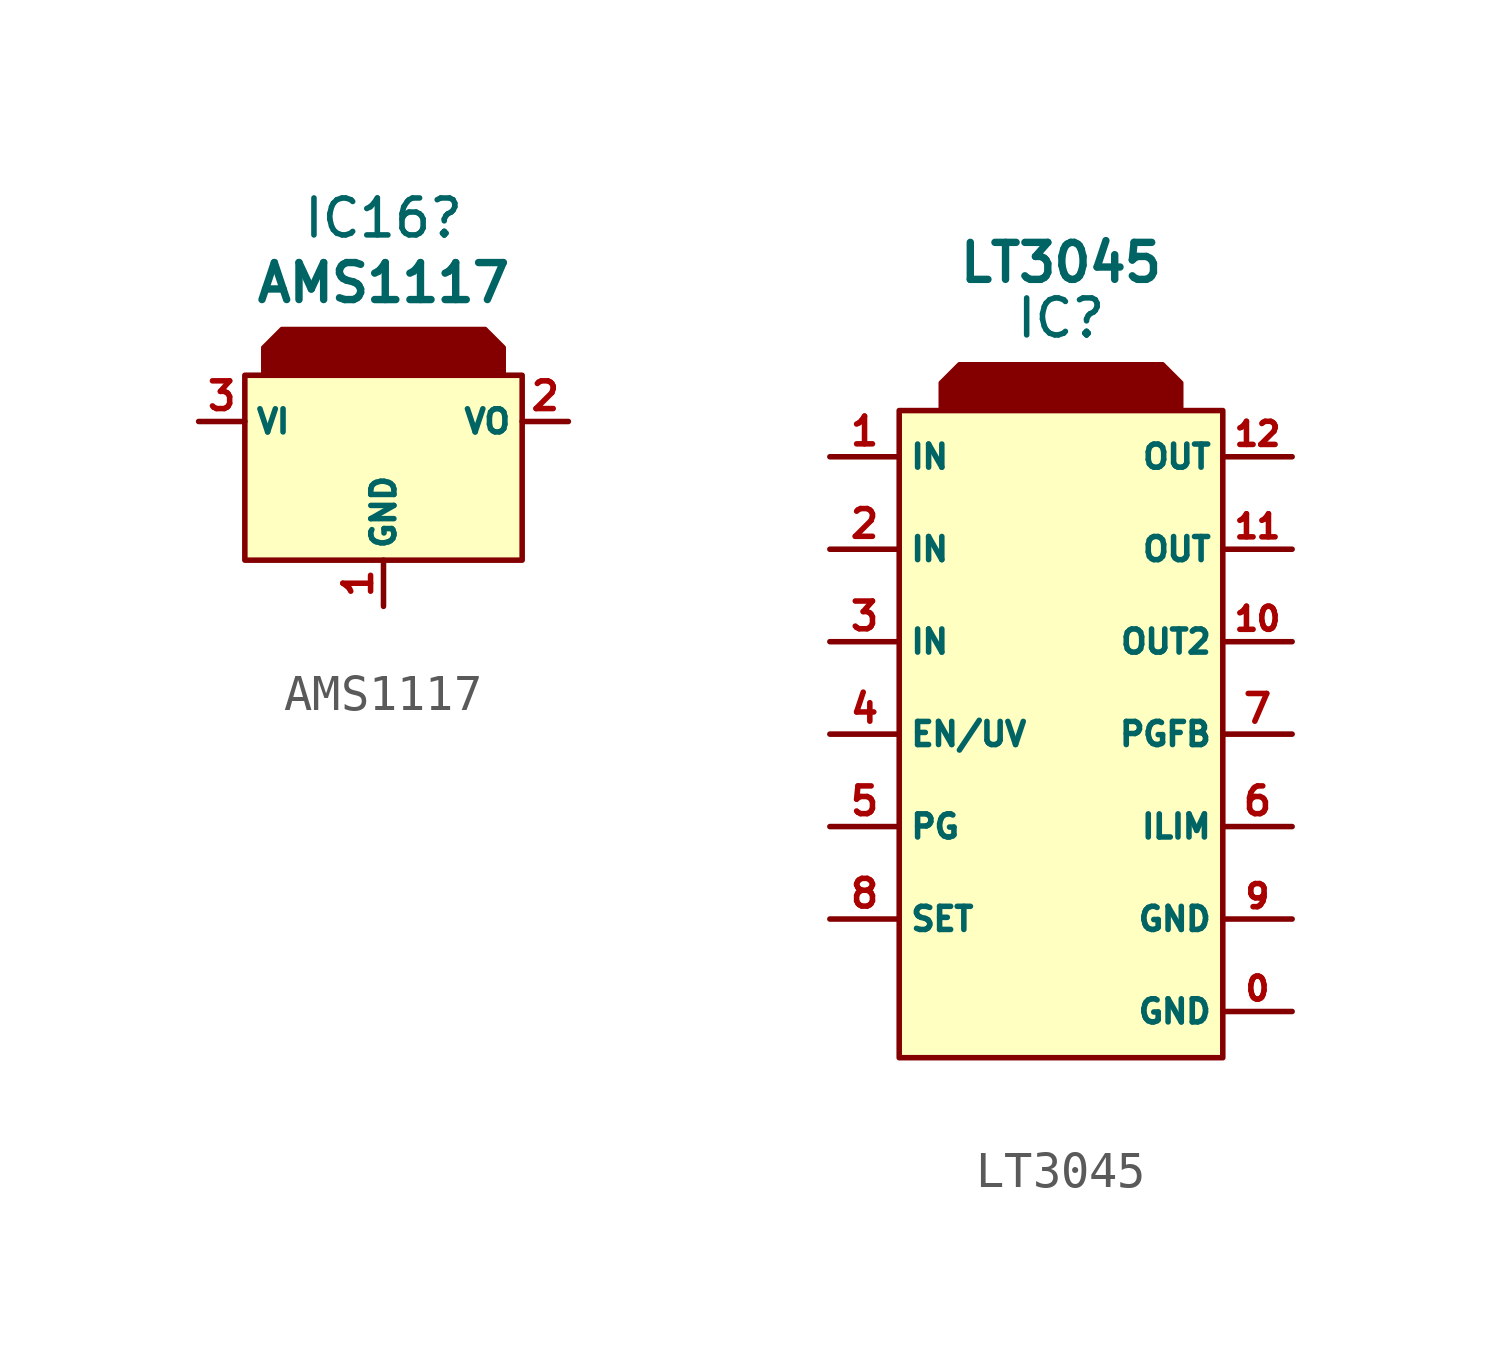
<source format=kicad_sym>
(kicad_symbol_lib
  (version 20231120)
  (generator "kicad_symbol_editor")
  (generator_version "8.0")
  (symbol "AMS1117"
    (pin_names
      (offset 0.254))
    (property "Reference" "IC16"
      (at 0 6.858 0)
      (effects (font (size 1.016 1.016))))
    (property "Value" "AMS1117"
      (at 0 5.08 0)
      (effects (font (size 1.016 1.016) (bold yes))))
    (symbol "AMS1117_0_1"
      (rectangle (start -3.81 2.54) (end 3.81 -2.54) (stroke (width 0) (type solid)) (fill (type background)))
      (polyline (pts (xy 3.302 2.54) (xy 3.302 3.302) (xy 2.794 3.81) (xy -2.794 3.81) (xy -3.302 3.302) (xy -3.302 2.54)) (stroke (width 0.127) (type solid)) (fill (type outline))))
    (symbol "AMS1117_1_1"
      (pin power_in line (at 0 -3.81 90) (length 1.27) (name "GND" (effects (font (size 0.635 0.635)))) (number "1" (effects (font (size 0.762 0.762)))))
      (pin power_out line (at 5.08 1.27 180) (length 1.27) (name "VO" (effects (font (size 0.635 0.635)))) (number "2" (effects (font (size 0.762 0.762)))))
      (pin power_in line (at -5.08 1.27 0) (length 1.27) (name "VI" (effects (font (size 0.635 0.635)))) (number "3" (effects (font (size 0.762 0.762)))))))
  (symbol "LT3045"
    (pin_names
      (offset 0.254))
    (property "Reference" "IC"
      (at 0 8.89 0)
      (effects (font (size 1.016 1.016))))
    (property "Value" "LT3045"
      (at 0 10.414 0)
      (effects (font (size 1.016 1.016) (bold yes))))
    (symbol "LT3045_0_1"
      (rectangle (start -4.445 6.35) (end 4.445 -11.43) (stroke (width 0) (type solid)) (fill (type background)))
      (polyline (pts (xy 3.302 6.35) (xy 3.302 7.112) (xy 2.794 7.62) (xy -2.794 7.62) (xy -3.302 7.112) (xy -3.302 6.35)) (stroke (width 0.127) (type solid)) (fill (type outline))))
    (symbol "LT3045_1_1"
      (pin power_in line (at 6.35 -10.16 180) (length 1.905) (name "GND" (effects (font (size 0.635 0.635)))) (number "0" (effects (font (size 0.635 0.635)))))
      (pin power_in line (at -6.35 5.08 0) (length 1.905) (name "IN" (effects (font (size 0.635 0.635)))) (number "1" (effects (font (size 0.762 0.762)))))
      (pin passive line (at 6.35 0 180) (length 1.905) (name "OUT2" (effects (font (size 0.635 0.635)))) (number "10" (effects (font (size 0.635 0.635)))))
      (pin passive line (at 6.35 2.54 180) (length 1.905) (name "OUT" (effects (font (size 0.635 0.635)))) (number "11" (effects (font (size 0.635 0.635)))))
      (pin passive line (at 6.35 5.08 180) (length 1.905) (name "OUT" (effects (font (size 0.635 0.635)))) (number "12" (effects (font (size 0.635 0.635)))))
      (pin power_in line (at -6.35 2.54 0) (length 1.905) (name "IN" (effects (font (size 0.635 0.635)))) (number "2" (effects (font (size 0.762 0.762)))))
      (pin power_in line (at -6.35 0 0) (length 1.905) (name "IN" (effects (font (size 0.635 0.635)))) (number "3" (effects (font (size 0.762 0.762)))))
      (pin input line (at -6.35 -2.54 0) (length 1.905) (name "EN/UV" (effects (font (size 0.635 0.635)))) (number "4" (effects (font (size 0.762 0.762)))))
      (pin input line (at -6.35 -5.08 0) (length 1.905) (name "PG" (effects (font (size 0.635 0.635)))) (number "5" (effects (font (size 0.762 0.762)))))
      (pin passive line (at 6.35 -5.08 180) (length 1.905) (name "ILIM" (effects (font (size 0.635 0.635)))) (number "6" (effects (font (size 0.762 0.762)))))
      (pin passive line (at 6.35 -2.54 180) (length 1.905) (name "PGFB" (effects (font (size 0.635 0.635)))) (number "7" (effects (font (size 0.762 0.762)))))
      (pin input line (at -6.35 -7.62 0) (length 1.905) (name "SET" (effects (font (size 0.635 0.635)))) (number "8" (effects (font (size 0.762 0.762)))))
      (pin power_in line (at 6.35 -7.62 180) (length 1.905) (name "GND" (effects (font (size 0.635 0.635)))) (number "9" (effects (font (size 0.635 0.635))))))))
</source>
